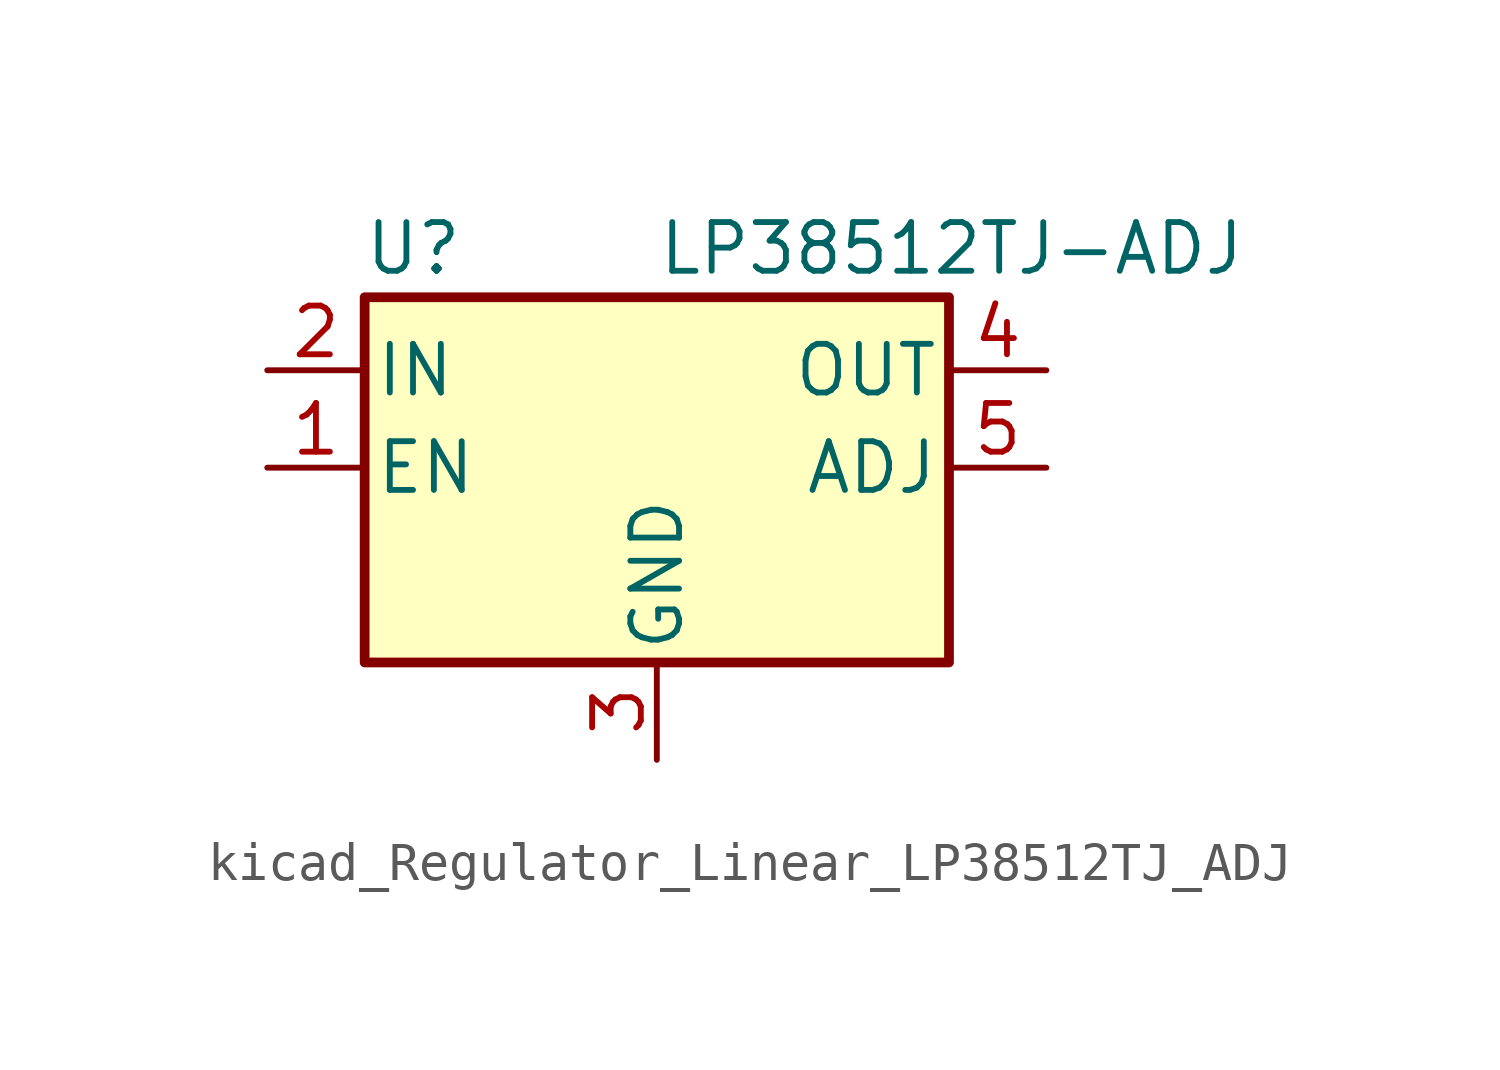
<source format=kicad_sym>
(kicad_symbol_lib
  (version 20220914)
  (generator kicad_symbol_editor)
  (symbol "kicad_Regulator_Linear_LP38512TJ_ADJ"
    (pin_names
      (offset 0.254))
    (property "Reference" "U"
      (at -6.35 5.715 0)
      (effects (font (size 1.27 1.27))))
    (property "Value" "LP38512TJ-ADJ"
      (at 0 5.715 0)
      (effects (font (size 1.27 1.27)) (justify left)))
    (symbol "kicad_Regulator_Linear_LP38512TJ_ADJ_0_1"
      (rectangle (start -7.62 -5.08) (end 7.62 4.445) (stroke (width 0.254) (type default)) (fill (type background))))
    (symbol "kicad_Regulator_Linear_LP38512TJ_ADJ_1_1"
      (pin input line (at -10.16 0 0) (length 2.54) (name "EN" (effects (font (size 1.27 1.27)))) (number "1" (effects (font (size 1.27 1.27)))))
      (pin power_in line (at -10.16 2.54 0) (length 2.54) (name "IN" (effects (font (size 1.27 1.27)))) (number "2" (effects (font (size 1.27 1.27)))))
      (pin power_in line (at 0 -7.62 90) (length 2.54) (name "GND" (effects (font (size 1.27 1.27)))) (number "3" (effects (font (size 1.27 1.27)))))
      (pin power_out line (at 10.16 2.54 180) (length 2.54) (name "OUT" (effects (font (size 1.27 1.27)))) (number "4" (effects (font (size 1.27 1.27)))))
      (pin input line (at 10.16 0 180) (length 2.54) (name "ADJ" (effects (font (size 1.27 1.27)))) (number "5" (effects (font (size 1.27 1.27)))))
      (pin passive line (at 0 -7.62 90) (length 2.54) hide (name "GND" (effects (font (size 1.27 1.27)))) (number "6" (effects (font (size 1.27 1.27))))))))
</source>
